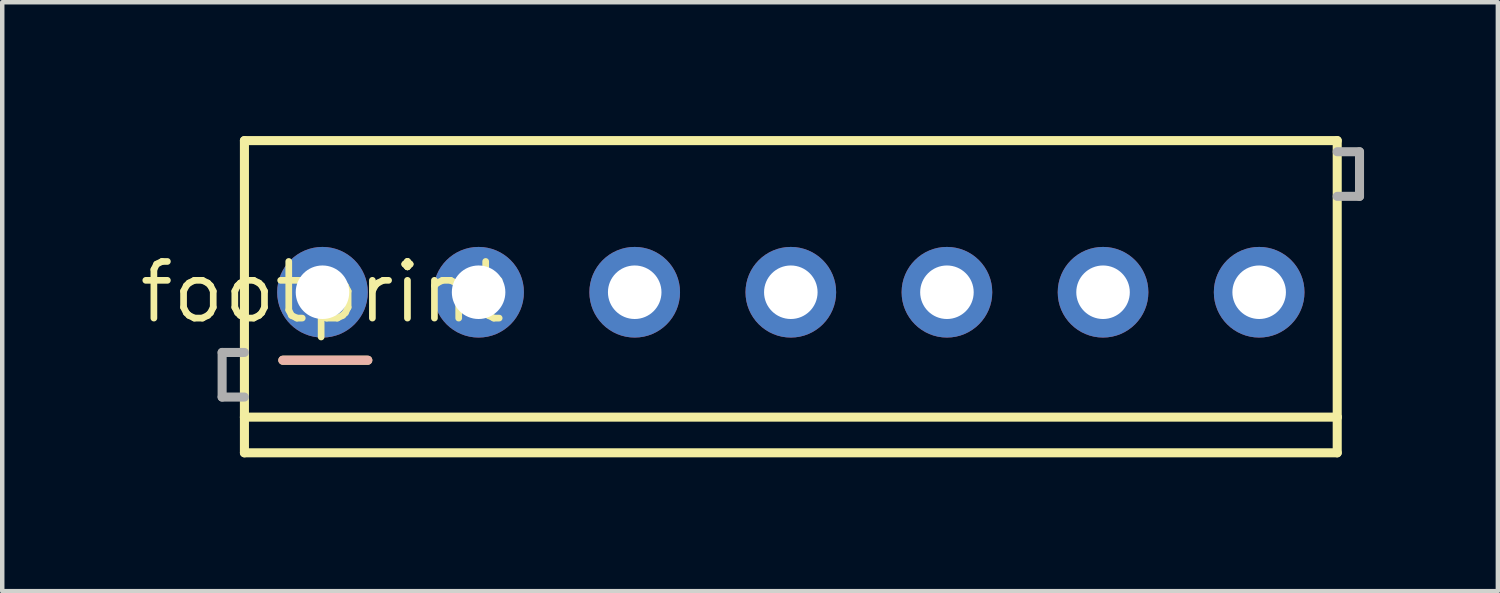
<source format=kicad_pcb>
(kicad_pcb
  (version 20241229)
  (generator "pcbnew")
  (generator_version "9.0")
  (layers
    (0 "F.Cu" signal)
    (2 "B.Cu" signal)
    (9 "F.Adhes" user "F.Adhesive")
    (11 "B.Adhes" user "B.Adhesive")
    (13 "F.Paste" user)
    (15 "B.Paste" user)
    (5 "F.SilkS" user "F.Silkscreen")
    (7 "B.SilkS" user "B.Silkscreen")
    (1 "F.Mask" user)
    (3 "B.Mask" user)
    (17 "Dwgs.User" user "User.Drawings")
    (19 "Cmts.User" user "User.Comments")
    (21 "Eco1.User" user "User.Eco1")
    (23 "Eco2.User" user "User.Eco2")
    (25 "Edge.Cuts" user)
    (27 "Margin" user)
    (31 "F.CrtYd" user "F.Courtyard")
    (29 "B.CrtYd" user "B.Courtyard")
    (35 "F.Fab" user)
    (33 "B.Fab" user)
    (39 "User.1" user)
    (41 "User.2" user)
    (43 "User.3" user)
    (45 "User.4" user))
  (footprint "footprint"
    (layer "F.Cu")
    (at 4.18 3.502)
    (property "Reference" "footprint" (at 0 0 0) (layer "F.SilkS") (effects (font (size 1.27 1.27) (thickness 0.15))))
    (fp_line (start -1.75 -3.4) (end 22.75 -3.4) (stroke (width 0.203) (type solid)) (layer "F.SilkS"))
    (fp_line (start -1.75 2.8) (end -1.75 -3.4) (stroke (width 0.203) (type solid)) (layer "F.SilkS"))
    (fp_line (start -1.75 3.6) (end -1.75 2.8) (stroke (width 0.203) (type solid)) (layer "F.SilkS"))
    (fp_line (start 1.016 1.524) (end -0.889 1.524) (stroke (width 0.203) (type solid)) (layer "F.SilkS"))
    (fp_line (start 22.75 -3.4) (end 22.75 2.8) (stroke (width 0.203) (type solid)) (layer "F.SilkS"))
    (fp_line (start 22.75 2.8) (end -1.75 2.8) (stroke (width 0.203) (type solid)) (layer "F.SilkS"))
    (fp_line (start 22.75 2.8) (end 22.75 3.6) (stroke (width 0.203) (type solid)) (layer "F.SilkS"))
    (fp_line (start 22.75 3.6) (end -1.75 3.6) (stroke (width 0.203) (type solid)) (layer "F.SilkS"))
    (fp_line (start -0.889 1.524) (end 1.016 1.524) (stroke (width 0.203) (type solid)) (layer "B.SilkS"))
    (fp_line (start -2.25 1.35) (end -2.25 2.35) (stroke (width 0.203) (type solid)) (layer "F.Fab"))
    (fp_line (start -2.25 2.35) (end -1.75 2.35) (stroke (width 0.203) (type solid)) (layer "F.Fab"))
    (fp_line (start -1.75 1.35) (end -2.25 1.35) (stroke (width 0.203) (type solid)) (layer "F.Fab"))
    (fp_line (start 22.75 -3.15) (end 23.25 -3.15) (stroke (width 0.203) (type solid)) (layer "F.Fab"))
    (fp_line (start 23.25 -3.15) (end 23.25 -2.15) (stroke (width 0.203) (type solid)) (layer "F.Fab"))
    (fp_line (start 23.25 -2.15) (end 22.75 -2.15) (stroke (width 0.203) (type solid)) (layer "F.Fab"))
    (pad "1" thru_hole circle (at 0 0) (size 2.032 2.032) (drill 1.2) (layers "*.Cu" "*.Mask"))
    (pad "2" thru_hole circle (at 3.5 0) (size 2.032 2.032) (drill 1.2) (layers "*.Cu" "*.Mask"))
    (pad "3" thru_hole circle (at 7 0) (size 2.032 2.032) (drill 1.2) (layers "*.Cu" "*.Mask"))
    (pad "4" thru_hole circle (at 10.5 0) (size 2.032 2.032) (drill 1.2) (layers "*.Cu" "*.Mask"))
    (pad "5" thru_hole circle (at 14 0) (size 2.032 2.032) (drill 1.2) (layers "*.Cu" "*.Mask"))
    (pad "6" thru_hole circle (at 17.5 0) (size 2.032 2.032) (drill 1.2) (layers "*.Cu" "*.Mask"))
    (pad "7" thru_hole circle (at 21 0) (size 2.032 2.032) (drill 1.2) (layers "*.Cu" "*.Mask")))
  (gr_rect
    (start -3 -3)
    (end 30.532 10.203)
    (stroke (width 0.1) (type default))
    (fill no)
    (layer "Edge.Cuts")))
</source>
